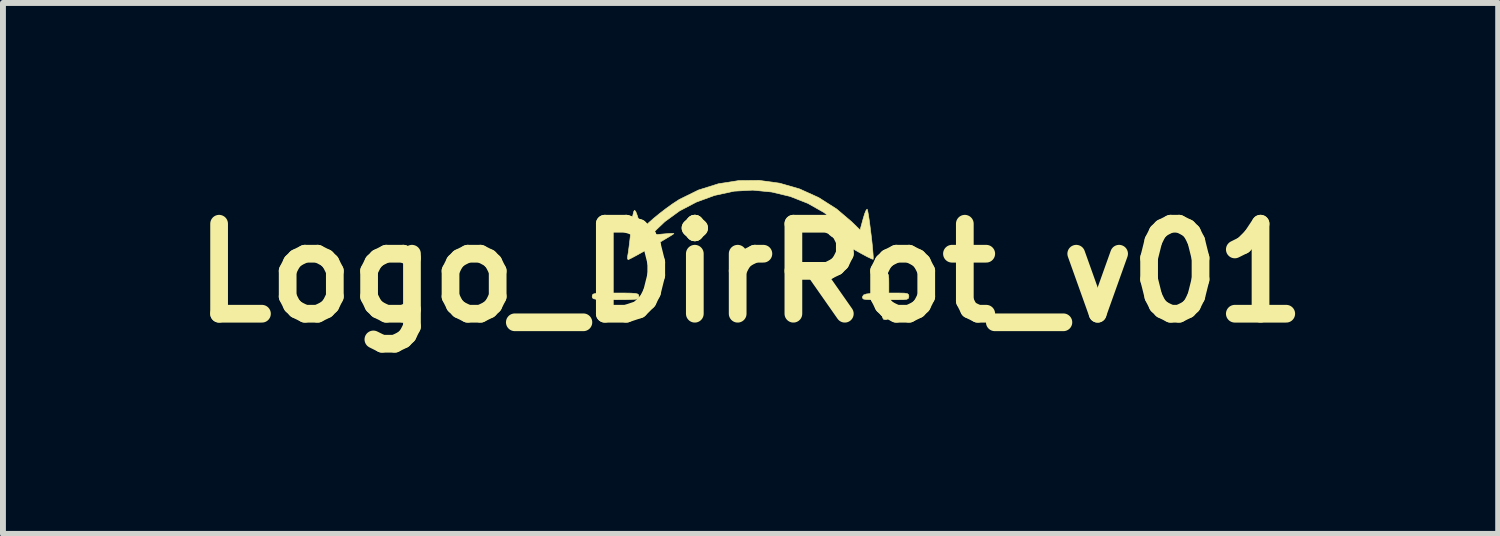
<source format=kicad_pcb>
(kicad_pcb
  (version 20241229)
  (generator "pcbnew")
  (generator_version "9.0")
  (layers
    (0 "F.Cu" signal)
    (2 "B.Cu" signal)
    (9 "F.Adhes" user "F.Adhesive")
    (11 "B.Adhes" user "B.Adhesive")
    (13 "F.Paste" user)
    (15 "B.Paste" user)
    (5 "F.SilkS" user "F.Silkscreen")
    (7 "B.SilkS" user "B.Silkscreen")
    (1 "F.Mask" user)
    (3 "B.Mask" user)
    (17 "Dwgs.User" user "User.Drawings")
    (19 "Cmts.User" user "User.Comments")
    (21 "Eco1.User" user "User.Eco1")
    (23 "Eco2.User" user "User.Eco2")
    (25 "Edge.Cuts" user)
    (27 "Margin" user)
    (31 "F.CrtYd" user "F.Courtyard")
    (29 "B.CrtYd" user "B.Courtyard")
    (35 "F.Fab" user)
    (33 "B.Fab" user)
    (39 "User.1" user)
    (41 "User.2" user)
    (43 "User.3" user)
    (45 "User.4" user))
  (footprint "Logo_DirRot_v01"
    (layer "F.Cu")
    (at 9.659 1.573)
    (property "Reference" "Logo_DirRot_v01" (at 0 0 0) (layer "F.SilkS") (effects (font (size 1.524 1.524) (thickness 0.3))))
    (attr through_hole)
    (fp_poly (pts (xy -2.13 0.339) (xy -2.021 0.341) (xy -1.952 0.346) (xy -1.913 0.355) (xy -1.895 0.37) (xy -1.891 0.391) (xy -1.891 0.395) (xy -1.894 0.417) (xy -1.908 0.433) (xy -1.943 0.443) (xy -2.007 0.448) (xy -2.109 0.451) (xy -2.257 0.452) (xy -2.286 0.452) (xy -2.442 0.451) (xy -2.551 0.449) (xy -2.62 0.444) (xy -2.659 0.435) (xy -2.677 0.42) (xy -2.681 0.399) (xy -2.681 0.395) (xy -2.678 0.373) (xy -2.664 0.357) (xy -2.629 0.347) (xy -2.565 0.342) (xy -2.463 0.339) (xy -2.315 0.339) (xy -2.286 0.339) (xy -2.13 0.339)) (stroke (width 0.01) (type solid)) (fill yes) (layer "F.SilkS"))
    (fp_poly (pts (xy 2.318 0.006) (xy 2.335 0.033) (xy 2.341 0.094) (xy 2.342 0.169) (xy 2.342 0.339) (xy 2.512 0.339) (xy 2.606 0.341) (xy 2.657 0.35) (xy 2.678 0.37) (xy 2.681 0.395) (xy 2.675 0.427) (xy 2.648 0.444) (xy 2.587 0.451) (xy 2.512 0.452) (xy 2.342 0.452) (xy 2.342 0.621) (xy 2.34 0.715) (xy 2.331 0.767) (xy 2.311 0.787) (xy 2.286 0.79) (xy 2.254 0.784) (xy 2.237 0.757) (xy 2.231 0.696) (xy 2.23 0.621) (xy 2.23 0.452) (xy 2.058 0.452) (xy 1.963 0.449) (xy 1.913 0.441) (xy 1.895 0.422) (xy 1.896 0.402) (xy 1.914 0.372) (xy 1.962 0.355) (xy 2.053 0.345) (xy 2.068 0.344) (xy 2.23 0.336) (xy 2.23 0.168) (xy 2.232 0.074) (xy 2.241 0.023) (xy 2.261 0.003) (xy 2.286 0) (xy 2.318 0.006)) (stroke (width 0.01) (type solid)) (fill yes) (layer "F.SilkS"))
    (fp_poly (pts (xy 0.493 -1.521) (xy 0.83 -1.424) (xy 1.153 -1.278) (xy 1.458 -1.084) (xy 1.711 -0.869) (xy 1.855 -0.729) (xy 1.906 -0.916) (xy 1.933 -1.005) (xy 1.958 -1.064) (xy 1.974 -1.081) (xy 1.975 -1.081) (xy 1.985 -1.046) (xy 1.999 -0.968) (xy 2.015 -0.86) (xy 2.031 -0.732) (xy 2.048 -0.598) (xy 2.062 -0.469) (xy 2.072 -0.357) (xy 2.078 -0.275) (xy 2.077 -0.234) (xy 2.076 -0.232) (xy 2.049 -0.241) (xy 1.981 -0.273) (xy 1.884 -0.325) (xy 1.766 -0.391) (xy 1.73 -0.411) (xy 1.567 -0.506) (xy 1.448 -0.575) (xy 1.371 -0.622) (xy 1.333 -0.652) (xy 1.329 -0.667) (xy 1.357 -0.672) (xy 1.412 -0.669) (xy 1.482 -0.663) (xy 1.679 -0.646) (xy 1.483 -0.833) (xy 1.245 -1.024) (xy 0.971 -1.179) (xy 0.671 -1.297) (xy 0.356 -1.372) (xy 0.038 -1.403) (xy -0.275 -1.386) (xy -0.286 -1.384) (xy -0.608 -1.314) (xy -0.917 -1.201) (xy -1.201 -1.052) (xy -1.451 -0.87) (xy -1.595 -0.733) (xy -1.679 -0.642) (xy -1.489 -0.66) (xy -1.394 -0.668) (xy -1.325 -0.671) (xy -1.298 -0.667) (xy -1.298 -0.667) (xy -1.321 -0.65) (xy -1.384 -0.611) (xy -1.475 -0.557) (xy -1.585 -0.493) (xy -1.704 -0.425) (xy -1.822 -0.359) (xy -1.928 -0.3) (xy -2.012 -0.255) (xy -2.063 -0.23) (xy -2.074 -0.226) (xy -2.084 -0.249) (xy -2.08 -0.289) (xy -2.071 -0.342) (xy -2.058 -0.437) (xy -2.043 -0.56) (xy -2.03 -0.677) (xy -2.011 -0.849) (xy -1.995 -0.968) (xy -1.979 -1.038) (xy -1.964 -1.062) (xy -1.945 -1.044) (xy -1.923 -0.988) (xy -1.905 -0.933) (xy -1.872 -0.836) (xy -1.842 -0.767) (xy -1.819 -0.734) (xy -1.807 -0.745) (xy -1.806 -0.757) (xy -1.785 -0.791) (xy -1.726 -0.85) (xy -1.641 -0.925) (xy -1.538 -1.009) (xy -1.428 -1.094) (xy -1.319 -1.172) (xy -1.221 -1.236) (xy -1.205 -1.246) (xy -0.882 -1.405) (xy -0.545 -1.511) (xy -0.2 -1.565) (xy 0.148 -1.568) (xy 0.493 -1.521)) (stroke (width 0.01) (type solid)) (fill yes) (layer "F.SilkS")))
  (gr_rect
    (start -3 -3)
    (end 22.319 5.991)
    (stroke (width 0.1) (type default))
    (fill no)
    (layer "Edge.Cuts")))
</source>
